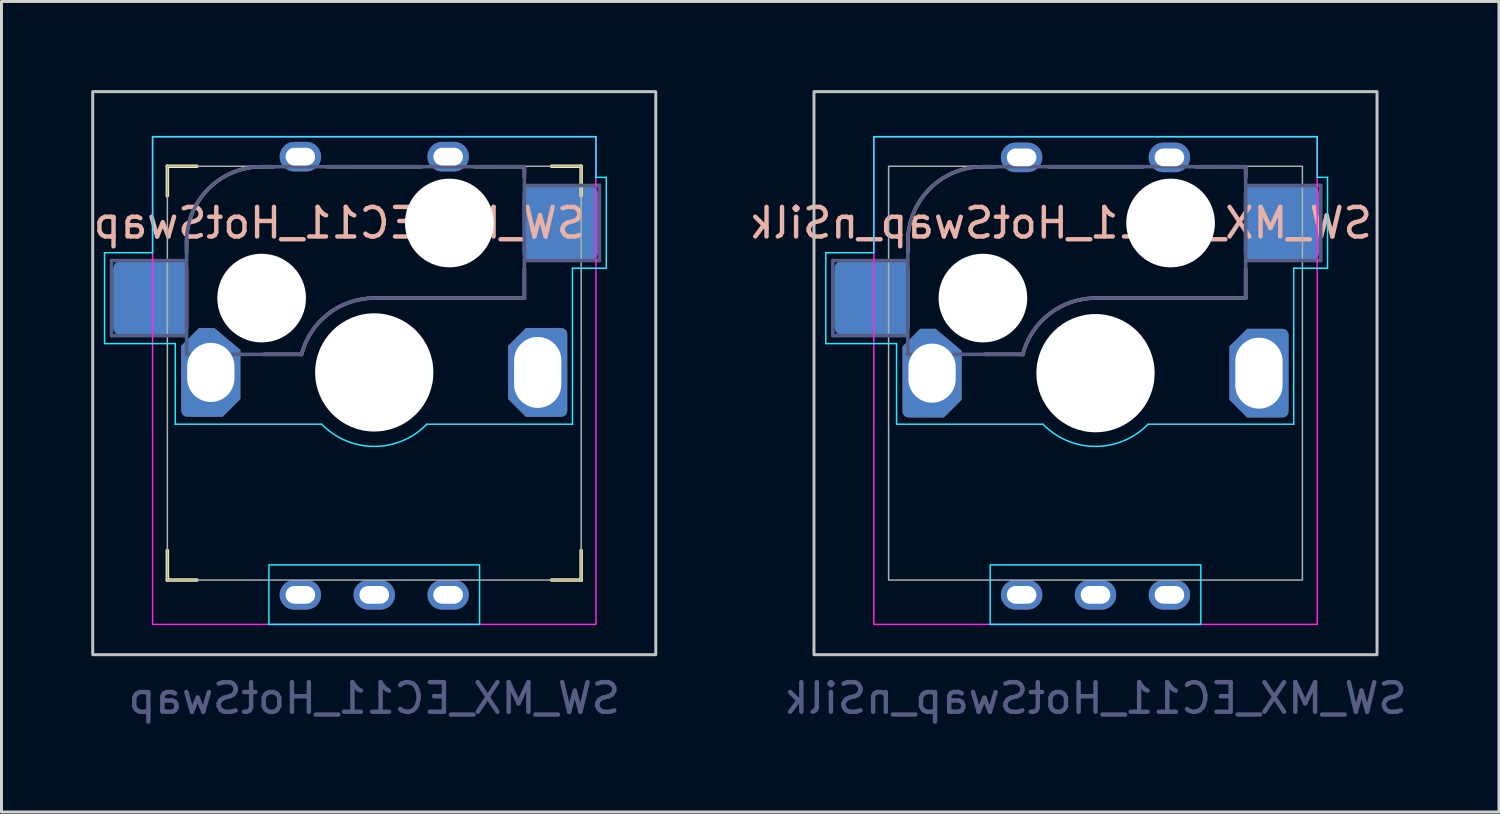
<source format=kicad_pcb>
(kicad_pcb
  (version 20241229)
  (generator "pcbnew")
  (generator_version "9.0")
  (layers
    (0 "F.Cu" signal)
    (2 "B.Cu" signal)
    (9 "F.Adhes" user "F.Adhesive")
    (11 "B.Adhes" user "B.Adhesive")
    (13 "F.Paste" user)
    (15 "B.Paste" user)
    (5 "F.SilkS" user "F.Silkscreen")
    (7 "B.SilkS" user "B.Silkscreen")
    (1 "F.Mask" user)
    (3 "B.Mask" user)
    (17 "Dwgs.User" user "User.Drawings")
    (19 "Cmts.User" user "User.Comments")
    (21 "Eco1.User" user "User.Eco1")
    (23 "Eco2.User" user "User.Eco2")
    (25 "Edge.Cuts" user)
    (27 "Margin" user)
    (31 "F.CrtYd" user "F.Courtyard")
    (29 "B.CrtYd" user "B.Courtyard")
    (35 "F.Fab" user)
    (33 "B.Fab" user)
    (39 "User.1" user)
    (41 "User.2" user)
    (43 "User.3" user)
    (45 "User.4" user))
  (footprint "SW_MX_EC11_HotSwap"
    (layer "F.Cu")
    (at 9.612 9.575)
    (property "Reference" "SW_MX_EC11_HotSwap" (at -1.178 -5.08 0) (layer "B.SilkS") (effects (font (size 1 1) (thickness 0.15)) (justify mirror)))
    (attr through_hole)
    (fp_line (start -7 -7) (end -7 -6) (stroke (width 0.12) (type solid)) (layer "F.SilkS"))
    (fp_line (start -7 6) (end -7 7) (stroke (width 0.12) (type solid)) (layer "F.SilkS"))
    (fp_line (start -7 7) (end -6 7) (stroke (width 0.12) (type solid)) (layer "F.SilkS"))
    (fp_line (start -6 -7) (end -7 -7) (stroke (width 0.12) (type solid)) (layer "F.SilkS"))
    (fp_line (start 6 7) (end 7 7) (stroke (width 0.12) (type solid)) (layer "F.SilkS"))
    (fp_line (start 7 -7) (end 6 -7) (stroke (width 0.12) (type solid)) (layer "F.SilkS"))
    (fp_line (start 7 -6) (end 7 -7) (stroke (width 0.12) (type solid)) (layer "F.SilkS"))
    (fp_line (start 7 7) (end 7 6) (stroke (width 0.12) (type solid)) (layer "F.SilkS"))
    (fp_line (start -6.35 -4.445) (end -6.35 -4.09) (stroke (width 0.12) (type solid)) (layer "B.SilkS"))
    (fp_line (start -3.81 -6.985) (end -3.4 -6.985) (stroke (width 0.12) (type default)) (layer "B.SilkS"))
    (fp_line (start -2.464 -0.635) (end -3.734 -0.635) (stroke (width 0.12) (type solid)) (layer "B.SilkS"))
    (fp_line (start -1.6 -6.985) (end 1.6 -6.985) (stroke (width 0.12) (type solid)) (layer "B.SilkS"))
    (fp_line (start 5.08 -6.985) (end 3.4 -6.985) (stroke (width 0.12) (type default)) (layer "B.SilkS"))
    (fp_line (start 5.08 -6.985) (end 5.08 -6.63) (stroke (width 0.12) (type solid)) (layer "B.SilkS"))
    (fp_line (start 5.08 -2.54) (end -0.000001 -2.54) (stroke (width 0.12) (type solid)) (layer "B.SilkS"))
    (fp_line (start 5.08 -2.54) (end 5.08 -3.53) (stroke (width 0.12) (type default)) (layer "B.SilkS"))
    (fp_arc (start -6.350001 -4.445002) (mid -5.606052 -6.241053) (end -3.810001 -6.985002) (stroke (width 0.12) (type solid)) (layer "B.SilkS"))
    (fp_arc (start -2.459646 -0.633838) (mid -1.555902 -2.00768) (end -0.000001 -2.540002) (stroke (width 0.12) (type default)) (layer "B.SilkS"))
    (fp_rect (start -9.525 -9.525) (end 9.525 9.525) (stroke (width 0.1) (type default)) (fill no) (layer "Dwgs.User"))
    (fp_line (start -9.125 -4.075) (end -7.5 -4.075) (stroke (width 0.05) (type default)) (layer "B.CrtYd"))
    (fp_line (start -9.125 -1) (end -9.125 -4.075) (stroke (width 0.05) (type default)) (layer "B.CrtYd"))
    (fp_line (start -7.5 -8) (end -7.5 -4.075) (stroke (width 0.05) (type default)) (layer "B.CrtYd"))
    (fp_line (start -6.731 -1) (end -9.125 -1) (stroke (width 0.05) (type default)) (layer "B.CrtYd"))
    (fp_line (start -6.731 1.727) (end -6.731 -1) (stroke (width 0.05) (type default)) (layer "B.CrtYd"))
    (fp_line (start -1.778 1.727) (end -6.731 1.727) (stroke (width 0.05) (type default)) (layer "B.CrtYd"))
    (fp_line (start 6.706 -3.55) (end 7.85 -3.55) (stroke (width 0.05) (type default)) (layer "B.CrtYd"))
    (fp_line (start 6.706 1.727) (end 1.778 1.727) (stroke (width 0.05) (type default)) (layer "B.CrtYd"))
    (fp_line (start 6.706 1.727) (end 6.706 -3.55) (stroke (width 0.05) (type default)) (layer "B.CrtYd"))
    (fp_line (start 7.5 -8) (end -7.5 -8) (stroke (width 0.05) (type default)) (layer "B.CrtYd"))
    (fp_line (start 7.5 -8) (end 7.5 -6.625) (stroke (width 0.05) (type default)) (layer "B.CrtYd"))
    (fp_line (start 7.85 -6.625) (end 7.5 -6.625) (stroke (width 0.05) (type default)) (layer "B.CrtYd"))
    (fp_line (start 7.85 -3.55) (end 7.85 -6.625) (stroke (width 0.05) (type default)) (layer "B.CrtYd"))
    (fp_rect (start -3.563 6.486) (end 3.563 8.5) (stroke (width 0.05) (type default)) (fill no) (layer "B.CrtYd"))
    (fp_arc (start 1.778 1.727199) (mid 0 2.47881) (end -1.778 1.727201) (stroke (width 0.05) (type default)) (layer "B.CrtYd"))
    (fp_rect (start -7.5 -8) (end 7.5 8.5) (stroke (width 0.05) (type default)) (fill no) (layer "F.CrtYd"))
    (fp_line (start -8.89 -3.81) (end -6.35 -3.81) (stroke (width 0.12) (type solid)) (layer "B.Fab"))
    (fp_line (start -8.89 -1.27) (end -8.89 -3.81) (stroke (width 0.12) (type solid)) (layer "B.Fab"))
    (fp_line (start -6.35 -1.27) (end -8.89 -1.27) (stroke (width 0.12) (type solid)) (layer "B.Fab"))
    (fp_line (start -6.35 -0.635) (end -6.35 -4.445) (stroke (width 0.12) (type solid)) (layer "B.Fab"))
    (fp_line (start -6.35 -0.635) (end -2.54 -0.635) (stroke (width 0.12) (type solid)) (layer "B.Fab"))
    (fp_line (start -3.81 -6.985) (end 5.08 -6.985) (stroke (width 0.12) (type solid)) (layer "B.Fab"))
    (fp_line (start 5.08 -6.985) (end 5.08 -2.54) (stroke (width 0.12) (type solid)) (layer "B.Fab"))
    (fp_line (start 5.08 -6.35) (end 7.62 -6.35) (stroke (width 0.12) (type solid)) (layer "B.Fab"))
    (fp_line (start 5.08 -2.54) (end -0.000001 -2.54) (stroke (width 0.12) (type solid)) (layer "B.Fab"))
    (fp_line (start 7.62 -6.35) (end 7.62 -3.81) (stroke (width 0.12) (type solid)) (layer "B.Fab"))
    (fp_line (start 7.62 -3.81) (end 5.08 -3.81) (stroke (width 0.12) (type solid)) (layer "B.Fab"))
    (fp_arc (start -6.350001 -4.445002) (mid -5.606052 -6.241053) (end -3.810001 -6.985002) (stroke (width 0.12) (type solid)) (layer "B.Fab"))
    (fp_arc (start -2.464163 -0.616042) (mid -1.563148 -2.002044) (end -0.000001 -2.540002) (stroke (width 0.12) (type solid)) (layer "B.Fab"))
    (fp_rect (start -7 -7) (end 7 7) (stroke (width 0.05) (type default)) (fill no) (layer "F.Fab"))
    (fp_text user "${REFERENCE}" (at 0 11 0) (layer "B.Fab") (effects (font (size 1 1) (thickness 0.15)) (justify mirror)))
    (pad "" np_thru_hole circle (at -3.81 -2.54 180) (size 3 3) (drill 3) (layers "*.Cu" "*.Mask"))
    (pad "" np_thru_hole circle (at 0 -0.025 180) (size 4 4) (drill 4) (layers "*.Cu" "*.Mask"))
    (pad "" np_thru_hole circle (at 2.54 -5.08 180) (size 3 3) (drill 3) (layers "*.Cu" "*.Mask"))
    (pad "A" thru_hole oval (at -2.5 7.5) (size 1.4 1) (drill oval 1 0.6) (layers "*.Cu" "*.Mask"))
    (pad "B" thru_hole oval (at 2.5 7.5) (size 1.4 1) (drill oval 1 0.6) (layers "*.Cu" "*.Mask"))
    (pad "C" thru_hole oval (at 0 7.5) (size 1.4 1) (drill oval 1 0.6) (layers "*.Cu" "*.Mask"))
    (pad "MP" thru_hole custom (at -5.53 -0.025) (size 2 2) (drill oval 1.6 2.4) (layers "*.Cu" "*.Mask") (options (anchor circle)) (primitives (gr_poly (pts (xy 1 -0.76) (xy 0.12 -1.5) (xy -0.4 -1.5) (xy -1 -0.9) (xy -1 1.3) (xy -0.98 1.38) (xy -0.94 1.44) (xy -0.88 1.48) (xy -0.8 1.5) (xy 0.4 1.5) (xy 1 0.9)) (width 0) (fill yes))))
    (pad "MP" thru_hole roundrect (at 5.53 -0.025 180) (size 2 3) (drill oval 1.6 2.4) (layers "*.Cu" "*.Mask") (roundrect_rratio 0.1) (chamfer_ratio 0.3) (chamfer top_right bottom_right))
    (pad "S1" smd roundrect (at -7.56 -2.54 180) (size 2.55 2.5) (layers "B.Cu" "B.Mask" "B.Paste") (roundrect_rratio 0.1))
    (pad "S1" thru_hole oval (at -2.5 -7.325) (size 1.4 1) (drill oval 1 0.6) (layers "*.Cu" "*.Mask"))
    (pad "S2" thru_hole oval (at 2.5 -7.325) (size 1.4 1) (drill oval 1 0.6) (layers "*.Cu" "*.Mask"))
    (pad "S2" smd roundrect (at 6.29 -5.08 180) (size 2.55 2.5) (layers "B.Cu" "B.Mask" "B.Paste") (roundrect_rratio 0.1)))
  (footprint "SW_MX_EC11_HotSwap_nSilk"
    (layer "F.Cu")
    (at 34.014 9.575)
    (property "Reference" "SW_MX_EC11_HotSwap_nSilk" (at -1.178 -5.08 0) (layer "B.SilkS") (effects (font (size 1 1) (thickness 0.15)) (justify mirror)))
    (attr through_hole)
    (fp_line (start -6.35 -4.445) (end -6.35 -4.09) (stroke (width 0.12) (type solid)) (layer "B.SilkS"))
    (fp_line (start -3.81 -6.985) (end -3.4 -6.985) (stroke (width 0.12) (type default)) (layer "B.SilkS"))
    (fp_line (start -2.464 -0.635) (end -3.734 -0.635) (stroke (width 0.12) (type solid)) (layer "B.SilkS"))
    (fp_line (start -1.6 -6.985) (end 1.6 -6.985) (stroke (width 0.12) (type solid)) (layer "B.SilkS"))
    (fp_line (start 5.08 -6.985) (end 3.4 -6.985) (stroke (width 0.12) (type default)) (layer "B.SilkS"))
    (fp_line (start 5.08 -6.985) (end 5.08 -6.63) (stroke (width 0.12) (type solid)) (layer "B.SilkS"))
    (fp_line (start 5.08 -2.54) (end -0.000001 -2.54) (stroke (width 0.12) (type solid)) (layer "B.SilkS"))
    (fp_line (start 5.08 -2.54) (end 5.08 -3.53) (stroke (width 0.12) (type default)) (layer "B.SilkS"))
    (fp_arc (start -6.350001 -4.445002) (mid -5.606052 -6.241053) (end -3.810001 -6.985002) (stroke (width 0.12) (type solid)) (layer "B.SilkS"))
    (fp_arc (start -2.459646 -0.633838) (mid -1.555902 -2.00768) (end -0.000001 -2.540002) (stroke (width 0.12) (type default)) (layer "B.SilkS"))
    (fp_rect (start -9.525 -9.525) (end 9.525 9.525) (stroke (width 0.1) (type default)) (fill no) (layer "Dwgs.User"))
    (fp_line (start -9.125 -4.075) (end -7.5 -4.075) (stroke (width 0.05) (type default)) (layer "B.CrtYd"))
    (fp_line (start -9.125 -1) (end -9.125 -4.075) (stroke (width 0.05) (type default)) (layer "B.CrtYd"))
    (fp_line (start -7.5 -8) (end -7.5 -4.075) (stroke (width 0.05) (type default)) (layer "B.CrtYd"))
    (fp_line (start -6.731 -1) (end -9.125 -1) (stroke (width 0.05) (type default)) (layer "B.CrtYd"))
    (fp_line (start -6.731 1.727) (end -6.731 -1) (stroke (width 0.05) (type default)) (layer "B.CrtYd"))
    (fp_line (start -1.778 1.727) (end -6.731 1.727) (stroke (width 0.05) (type default)) (layer "B.CrtYd"))
    (fp_line (start 6.706 -3.55) (end 7.85 -3.55) (stroke (width 0.05) (type default)) (layer "B.CrtYd"))
    (fp_line (start 6.706 1.727) (end 1.778 1.727) (stroke (width 0.05) (type default)) (layer "B.CrtYd"))
    (fp_line (start 6.706 1.727) (end 6.706 -3.55) (stroke (width 0.05) (type default)) (layer "B.CrtYd"))
    (fp_line (start 7.5 -8) (end -7.5 -8) (stroke (width 0.05) (type default)) (layer "B.CrtYd"))
    (fp_line (start 7.5 -8) (end 7.5 -6.625) (stroke (width 0.05) (type default)) (layer "B.CrtYd"))
    (fp_line (start 7.85 -6.625) (end 7.5 -6.625) (stroke (width 0.05) (type default)) (layer "B.CrtYd"))
    (fp_line (start 7.85 -3.55) (end 7.85 -6.625) (stroke (width 0.05) (type default)) (layer "B.CrtYd"))
    (fp_rect (start -3.563 6.486) (end 3.563 8.5) (stroke (width 0.05) (type default)) (fill no) (layer "B.CrtYd"))
    (fp_arc (start 1.778 1.727199) (mid 0 2.47881) (end -1.778 1.727201) (stroke (width 0.05) (type default)) (layer "B.CrtYd"))
    (fp_rect (start -7.5 -8) (end 7.5 8.5) (stroke (width 0.05) (type default)) (fill no) (layer "F.CrtYd"))
    (fp_line (start -8.89 -3.81) (end -6.35 -3.81) (stroke (width 0.12) (type solid)) (layer "B.Fab"))
    (fp_line (start -8.89 -1.27) (end -8.89 -3.81) (stroke (width 0.12) (type solid)) (layer "B.Fab"))
    (fp_line (start -6.35 -1.27) (end -8.89 -1.27) (stroke (width 0.12) (type solid)) (layer "B.Fab"))
    (fp_line (start -6.35 -0.635) (end -6.35 -4.445) (stroke (width 0.12) (type solid)) (layer "B.Fab"))
    (fp_line (start -6.35 -0.635) (end -2.54 -0.635) (stroke (width 0.12) (type solid)) (layer "B.Fab"))
    (fp_line (start -3.81 -6.985) (end 5.08 -6.985) (stroke (width 0.12) (type solid)) (layer "B.Fab"))
    (fp_line (start 5.08 -6.985) (end 5.08 -2.54) (stroke (width 0.12) (type solid)) (layer "B.Fab"))
    (fp_line (start 5.08 -6.35) (end 7.62 -6.35) (stroke (width 0.12) (type solid)) (layer "B.Fab"))
    (fp_line (start 5.08 -2.54) (end -0.000001 -2.54) (stroke (width 0.12) (type solid)) (layer "B.Fab"))
    (fp_line (start 7.62 -6.35) (end 7.62 -3.81) (stroke (width 0.12) (type solid)) (layer "B.Fab"))
    (fp_line (start 7.62 -3.81) (end 5.08 -3.81) (stroke (width 0.12) (type solid)) (layer "B.Fab"))
    (fp_arc (start -6.350001 -4.445002) (mid -5.606052 -6.241053) (end -3.810001 -6.985002) (stroke (width 0.12) (type solid)) (layer "B.Fab"))
    (fp_arc (start -2.464163 -0.616042) (mid -1.563148 -2.002044) (end -0.000001 -2.540002) (stroke (width 0.12) (type solid)) (layer "B.Fab"))
    (fp_rect (start -7 -7) (end 7 7) (stroke (width 0.05) (type default)) (fill no) (layer "F.Fab"))
    (fp_text user "${REFERENCE}" (at 0 11 0) (layer "B.Fab") (effects (font (size 1 1) (thickness 0.15)) (justify mirror)))
    (pad "" np_thru_hole circle (at -3.81 -2.54 180) (size 3 3) (drill 3) (layers "*.Cu" "*.Mask"))
    (pad "" np_thru_hole circle (at 0 0 180) (size 4 4) (drill 4) (layers "*.Cu" "*.Mask"))
    (pad "" np_thru_hole circle (at 2.54 -5.08 180) (size 3 3) (drill 3) (layers "*.Cu" "*.Mask"))
    (pad "A" thru_hole oval (at -2.5 7.5) (size 1.4 1) (drill oval 1 0.6) (layers "*.Cu" "*.Mask"))
    (pad "B" thru_hole oval (at 2.5 7.5) (size 1.4 1) (drill oval 1 0.6) (layers "*.Cu" "*.Mask"))
    (pad "C" thru_hole oval (at 0 7.5) (size 1.4 1) (drill oval 1 0.6) (layers "*.Cu" "*.Mask"))
    (pad "MP" thru_hole custom (at -5.53 0) (size 2 2) (drill oval 1.6 2.4) (layers "*.Cu" "*.Mask") (options (anchor circle)) (primitives (gr_poly (pts (xy 1 -0.76) (xy 0.12 -1.5) (xy -0.4 -1.5) (xy -1 -0.9) (xy -1 1.3) (xy -0.98 1.38) (xy -0.94 1.44) (xy -0.88 1.48) (xy -0.8 1.5) (xy 0.4 1.5) (xy 1 0.9)) (width 0) (fill yes))))
    (pad "MP" thru_hole roundrect (at 5.53 0 180) (size 2 3) (drill oval 1.6 2.4) (layers "*.Cu" "*.Mask") (roundrect_rratio 0.1) (chamfer_ratio 0.3) (chamfer top_right bottom_right))
    (pad "S1" smd roundrect (at -7.56 -2.54 180) (size 2.55 2.5) (layers "B.Cu" "B.Mask" "B.Paste") (roundrect_rratio 0.1))
    (pad "S1" thru_hole oval (at -2.5 -7.3) (size 1.4 1) (drill oval 1 0.6) (layers "*.Cu" "*.Mask"))
    (pad "S2" thru_hole oval (at 2.5 -7.3) (size 1.4 1) (drill oval 1 0.6) (layers "*.Cu" "*.Mask"))
    (pad "S2" smd roundrect (at 6.29 -5.08 180) (size 2.55 2.5) (layers "B.Cu" "B.Mask" "B.Paste") (roundrect_rratio 0.1)))
  (gr_rect
    (start -3 -3)
    (end 47.663 24.423)
    (stroke (width 0.1) (type default))
    (fill no)
    (layer "Edge.Cuts")))
</source>
